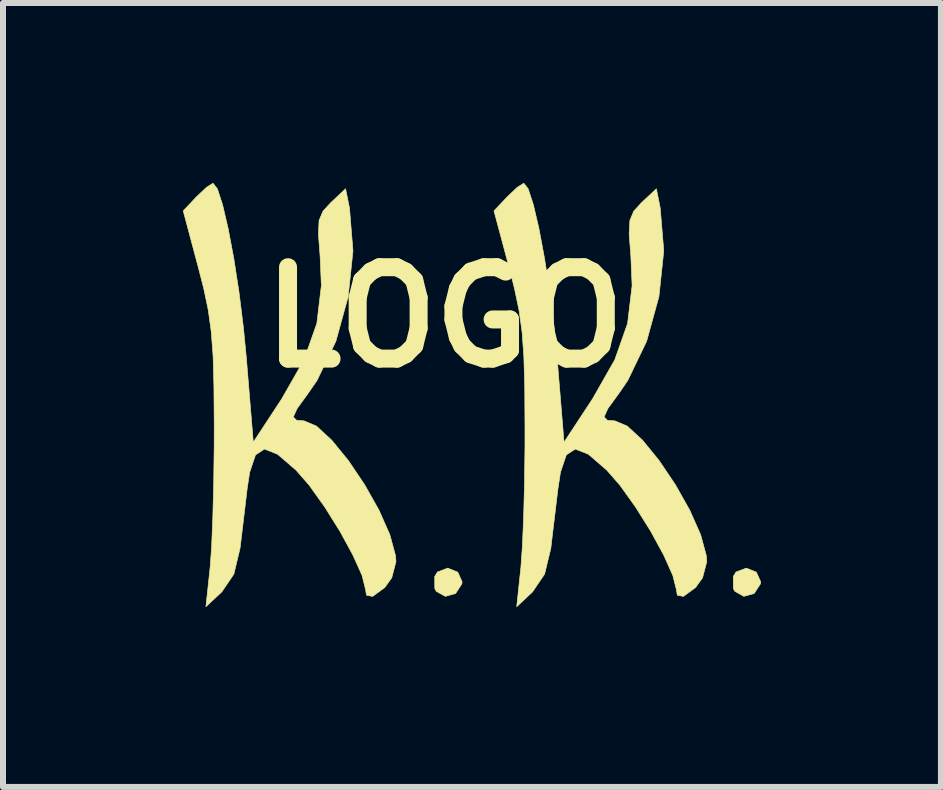
<source format=kicad_pcb>
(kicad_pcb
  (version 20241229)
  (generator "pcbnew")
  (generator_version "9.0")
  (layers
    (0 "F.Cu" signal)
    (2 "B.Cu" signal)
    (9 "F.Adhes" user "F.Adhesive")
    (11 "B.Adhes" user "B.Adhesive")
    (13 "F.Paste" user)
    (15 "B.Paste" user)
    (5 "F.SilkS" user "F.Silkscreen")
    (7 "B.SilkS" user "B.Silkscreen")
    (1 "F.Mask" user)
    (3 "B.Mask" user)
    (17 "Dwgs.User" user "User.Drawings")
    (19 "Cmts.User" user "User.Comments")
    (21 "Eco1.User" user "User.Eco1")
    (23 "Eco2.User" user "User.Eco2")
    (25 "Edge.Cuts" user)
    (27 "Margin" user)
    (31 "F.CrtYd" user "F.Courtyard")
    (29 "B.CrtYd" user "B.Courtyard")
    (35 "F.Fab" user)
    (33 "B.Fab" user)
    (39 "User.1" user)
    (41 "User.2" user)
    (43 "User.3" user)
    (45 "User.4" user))
  (footprint "LOGO"
    (layer "F.Cu")
    (at 4.365 2.24)
    (property "Reference" "LOGO" (at 0 0 0) (layer "F.SilkS") (effects (font (size 1.524 1.524) (thickness 0.3))))
    (attr through_hole)
    (fp_poly (pts (xy 0.218 4.25) (xy 0.289 4.41) (xy 0.286 4.444) (xy 0.181 4.606) (xy 0.009 4.653) (xy -0.141 4.569) (xy -0.166 4.522) (xy -0.167 4.323) (xy -0.122 4.247) (xy 0.051 4.182) (xy 0.218 4.25)) (stroke (width 0.01) (type solid)) (fill yes) (layer "F.SilkS"))
    (fp_poly (pts (xy 5.196 4.25) (xy 5.268 4.41) (xy 5.264 4.444) (xy 5.159 4.606) (xy 4.987 4.653) (xy 4.837 4.569) (xy 4.812 4.522) (xy 4.811 4.323) (xy 4.856 4.247) (xy 5.029 4.182) (xy 5.196 4.25)) (stroke (width 0.01) (type solid)) (fill yes) (layer "F.SilkS"))
    (fp_poly (pts (xy -3.79 -2.14) (xy -3.704 -1.876) (xy -3.611 -1.479) (xy -3.517 -0.981) (xy -3.43 -0.418) (xy -3.356 0.177) (xy -3.309 0.66) (xy -3.192 2.083) (xy -2.717 1.359) (xy -2.346 0.709) (xy -2.132 0.101) (xy -2.057 -0.529) (xy -2.078 -1.02) (xy -2.106 -1.387) (xy -2.095 -1.615) (xy -2.03 -1.769) (xy -1.9 -1.911) (xy -1.897 -1.914) (xy -1.653 -2.143) (xy -1.588 -1.821) (xy -1.53 -1.106) (xy -1.61 -0.343) (xy -1.815 0.4) (xy -2.129 1.053) (xy -2.273 1.262) (xy -2.461 1.522) (xy -2.525 1.662) (xy -2.469 1.718) (xy -2.345 1.727) (xy -2.139 1.814) (xy -1.884 2.049) (xy -1.607 2.388) (xy -1.335 2.792) (xy -1.095 3.218) (xy -0.915 3.626) (xy -0.821 3.972) (xy -0.813 4.074) (xy -0.883 4.343) (xy -0.999 4.505) (xy -1.202 4.654) (xy -1.304 4.634) (xy -1.321 4.535) (xy -1.378 4.305) (xy -1.531 3.965) (xy -1.748 3.567) (xy -2.001 3.163) (xy -2.259 2.801) (xy -2.479 2.549) (xy -2.787 2.284) (xy -3.006 2.197) (xy -3.155 2.295) (xy -3.252 2.583) (xy -3.293 2.849) (xy -3.344 3.282) (xy -3.399 3.739) (xy -3.413 3.852) (xy -3.516 4.283) (xy -3.718 4.58) (xy -3.727 4.588) (xy -3.982 4.826) (xy -3.911 4.166) (xy -3.887 3.831) (xy -3.867 3.347) (xy -3.852 2.767) (xy -3.844 2.145) (xy -3.843 1.829) (xy -3.848 1.163) (xy -3.862 0.65) (xy -3.893 0.239) (xy -3.943 -0.122) (xy -4.019 -0.483) (xy -4.103 -0.811) (xy -4.36 -1.774) (xy -4.144 -2.004) (xy -3.973 -2.166) (xy -3.864 -2.235) (xy -3.863 -2.235) (xy -3.79 -2.14)) (stroke (width 0.01) (type solid)) (fill yes) (layer "F.SilkS"))
    (fp_poly (pts (xy 1.392 -2.14) (xy 1.478 -1.876) (xy 1.571 -1.479) (xy 1.664 -0.981) (xy 1.751 -0.418) (xy 1.826 0.177) (xy 1.872 0.66) (xy 1.989 2.083) (xy 2.465 1.359) (xy 2.835 0.709) (xy 3.049 0.101) (xy 3.124 -0.529) (xy 3.103 -1.02) (xy 3.075 -1.387) (xy 3.087 -1.615) (xy 3.151 -1.769) (xy 3.281 -1.911) (xy 3.284 -1.914) (xy 3.529 -2.143) (xy 3.593 -1.821) (xy 3.652 -1.106) (xy 3.571 -0.343) (xy 3.366 0.4) (xy 3.052 1.053) (xy 2.909 1.262) (xy 2.72 1.522) (xy 2.657 1.662) (xy 2.713 1.718) (xy 2.837 1.727) (xy 3.043 1.814) (xy 3.298 2.049) (xy 3.574 2.388) (xy 3.846 2.792) (xy 4.086 3.218) (xy 4.267 3.626) (xy 4.361 3.972) (xy 4.369 4.074) (xy 4.299 4.343) (xy 4.183 4.505) (xy 3.98 4.654) (xy 3.878 4.634) (xy 3.861 4.535) (xy 3.803 4.305) (xy 3.651 3.965) (xy 3.434 3.567) (xy 3.181 3.163) (xy 2.922 2.801) (xy 2.702 2.549) (xy 2.395 2.284) (xy 2.176 2.197) (xy 2.027 2.295) (xy 1.93 2.583) (xy 1.889 2.849) (xy 1.837 3.282) (xy 1.782 3.739) (xy 1.769 3.852) (xy 1.665 4.283) (xy 1.463 4.58) (xy 1.454 4.588) (xy 1.2 4.826) (xy 1.27 4.166) (xy 1.294 3.831) (xy 1.315 3.347) (xy 1.33 2.767) (xy 1.338 2.145) (xy 1.338 1.829) (xy 1.334 1.163) (xy 1.319 0.65) (xy 1.289 0.239) (xy 1.238 -0.122) (xy 1.162 -0.483) (xy 1.079 -0.811) (xy 0.821 -1.774) (xy 1.038 -2.004) (xy 1.208 -2.166) (xy 1.318 -2.235) (xy 1.319 -2.235) (xy 1.392 -2.14)) (stroke (width 0.01) (type solid)) (fill yes) (layer "F.SilkS")))
  (gr_rect
    (start -3 -3)
    (end 12.638 10.071)
    (stroke (width 0.1) (type default))
    (fill no)
    (layer "Edge.Cuts")))
</source>
